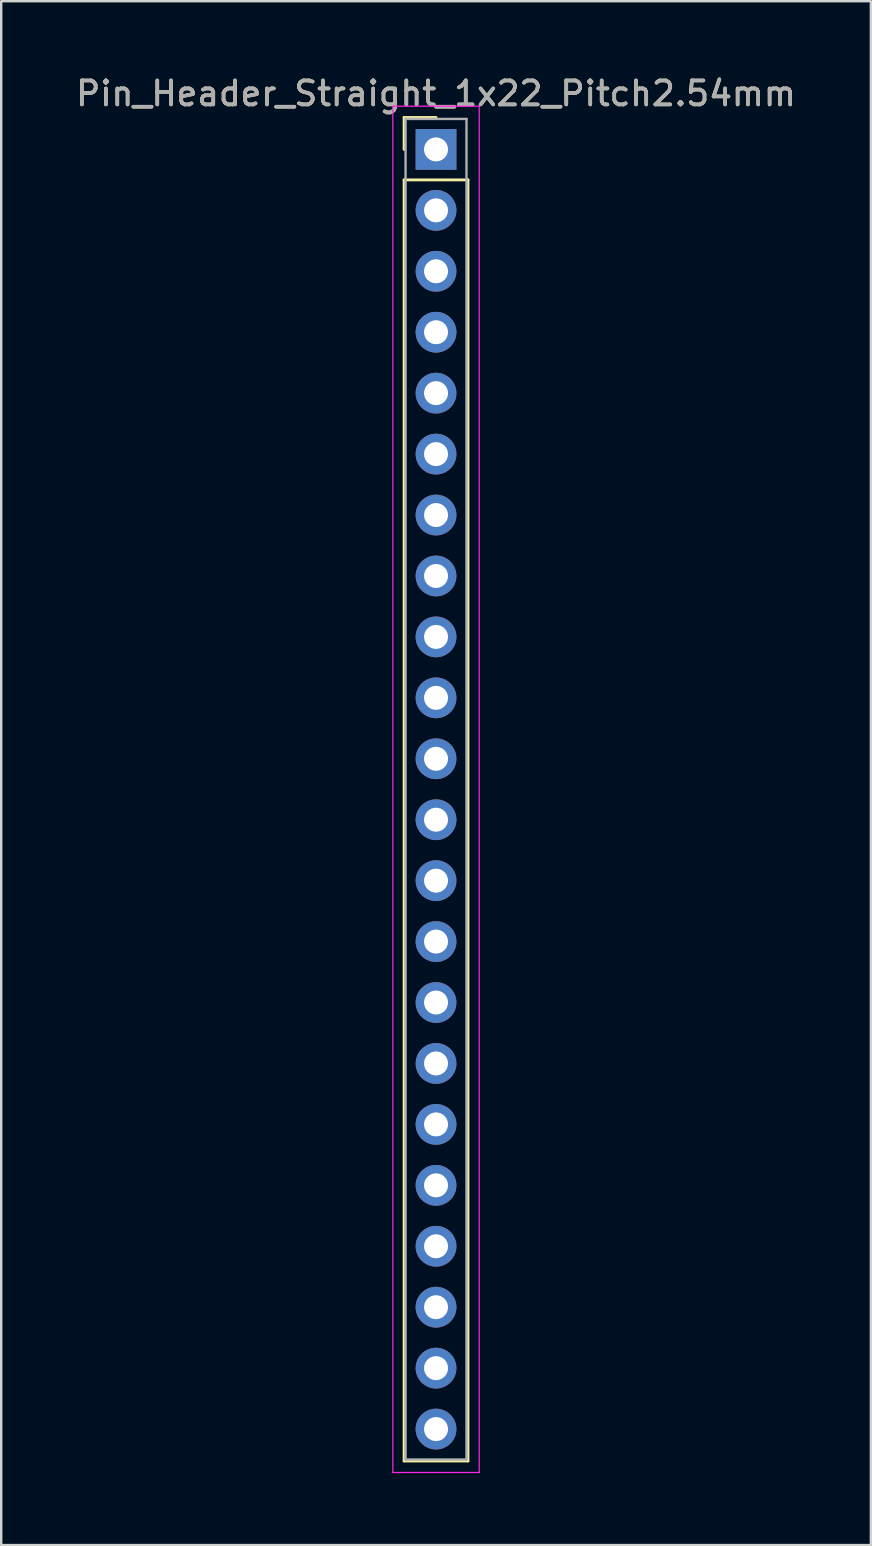
<source format=kicad_pcb>
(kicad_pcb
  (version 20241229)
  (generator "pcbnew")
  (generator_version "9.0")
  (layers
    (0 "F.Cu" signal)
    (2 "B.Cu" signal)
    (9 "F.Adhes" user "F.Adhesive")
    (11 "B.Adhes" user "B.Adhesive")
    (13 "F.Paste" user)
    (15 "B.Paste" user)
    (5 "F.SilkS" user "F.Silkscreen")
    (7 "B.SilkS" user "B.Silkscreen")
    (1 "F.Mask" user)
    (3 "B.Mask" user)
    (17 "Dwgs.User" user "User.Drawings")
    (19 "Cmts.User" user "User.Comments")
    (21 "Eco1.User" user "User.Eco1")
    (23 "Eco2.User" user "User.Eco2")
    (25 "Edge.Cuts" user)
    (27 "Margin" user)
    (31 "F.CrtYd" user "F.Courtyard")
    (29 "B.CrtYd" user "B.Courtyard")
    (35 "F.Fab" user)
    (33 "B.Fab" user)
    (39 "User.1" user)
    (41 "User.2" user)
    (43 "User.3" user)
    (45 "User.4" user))
  (footprint "Pin_Header_Straight_1x22_Pitch2.54mm"
    (layer "F.Cu")
    (at 15.125 3.178)
    (property "Reference" "Pin_Header_Straight_1x22_Pitch2.54mm" (at 0 -2.33 0) (layer "F.SilkS") (effects (font (size 1 1) (thickness 0.15))))
    (attr through_hole)
    (fp_line (start -1.33 -1.33) (end 0 -1.33) (stroke (width 0.12) (type solid)) (layer "F.SilkS"))
    (fp_line (start -1.33 0) (end -1.33 -1.33) (stroke (width 0.12) (type solid)) (layer "F.SilkS"))
    (fp_line (start -1.33 1.27) (end -1.33 54.67) (stroke (width 0.12) (type solid)) (layer "F.SilkS"))
    (fp_line (start -1.33 54.67) (end 1.33 54.67) (stroke (width 0.12) (type solid)) (layer "F.SilkS"))
    (fp_line (start 1.33 1.27) (end -1.33 1.27) (stroke (width 0.12) (type solid)) (layer "F.SilkS"))
    (fp_line (start 1.33 54.67) (end 1.33 1.27) (stroke (width 0.12) (type solid)) (layer "F.SilkS"))
    (fp_line (start -1.8 -1.8) (end -1.8 55.15) (stroke (width 0.05) (type solid)) (layer "F.CrtYd"))
    (fp_line (start -1.8 55.15) (end 1.8 55.15) (stroke (width 0.05) (type solid)) (layer "F.CrtYd"))
    (fp_line (start 1.8 -1.8) (end -1.8 -1.8) (stroke (width 0.05) (type solid)) (layer "F.CrtYd"))
    (fp_line (start 1.8 55.15) (end 1.8 -1.8) (stroke (width 0.05) (type solid)) (layer "F.CrtYd"))
    (fp_line (start -1.27 -1.27) (end -1.27 54.61) (stroke (width 0.1) (type solid)) (layer "F.Fab"))
    (fp_line (start -1.27 54.61) (end 1.27 54.61) (stroke (width 0.1) (type solid)) (layer "F.Fab"))
    (fp_line (start 1.27 -1.27) (end -1.27 -1.27) (stroke (width 0.1) (type solid)) (layer "F.Fab"))
    (fp_line (start 1.27 54.61) (end 1.27 -1.27) (stroke (width 0.1) (type solid)) (layer "F.Fab"))
    (fp_text user "${REFERENCE}" (at 0 -2.33 0) (layer "F.Fab") (effects (font (size 1 1) (thickness 0.15))))
    (pad "1" thru_hole rect (at 0 0) (size 1.7 1.7) (drill 1) (layers "*.Cu" "*.Mask"))
    (pad "2" thru_hole oval (at 0 2.54) (size 1.7 1.7) (drill 1) (layers "*.Cu" "*.Mask"))
    (pad "3" thru_hole oval (at 0 5.08) (size 1.7 1.7) (drill 1) (layers "*.Cu" "*.Mask"))
    (pad "4" thru_hole oval (at 0 7.62) (size 1.7 1.7) (drill 1) (layers "*.Cu" "*.Mask"))
    (pad "5" thru_hole oval (at 0 10.16) (size 1.7 1.7) (drill 1) (layers "*.Cu" "*.Mask"))
    (pad "6" thru_hole oval (at 0 12.7) (size 1.7 1.7) (drill 1) (layers "*.Cu" "*.Mask"))
    (pad "7" thru_hole oval (at 0 15.24) (size 1.7 1.7) (drill 1) (layers "*.Cu" "*.Mask"))
    (pad "8" thru_hole oval (at 0 17.78) (size 1.7 1.7) (drill 1) (layers "*.Cu" "*.Mask"))
    (pad "9" thru_hole oval (at 0 20.32) (size 1.7 1.7) (drill 1) (layers "*.Cu" "*.Mask"))
    (pad "10" thru_hole oval (at 0 22.86) (size 1.7 1.7) (drill 1) (layers "*.Cu" "*.Mask"))
    (pad "11" thru_hole oval (at 0 25.4) (size 1.7 1.7) (drill 1) (layers "*.Cu" "*.Mask"))
    (pad "12" thru_hole oval (at 0 27.94) (size 1.7 1.7) (drill 1) (layers "*.Cu" "*.Mask"))
    (pad "13" thru_hole oval (at 0 30.48) (size 1.7 1.7) (drill 1) (layers "*.Cu" "*.Mask"))
    (pad "14" thru_hole oval (at 0 33.02) (size 1.7 1.7) (drill 1) (layers "*.Cu" "*.Mask"))
    (pad "15" thru_hole oval (at 0 35.56) (size 1.7 1.7) (drill 1) (layers "*.Cu" "*.Mask"))
    (pad "16" thru_hole oval (at 0 38.1) (size 1.7 1.7) (drill 1) (layers "*.Cu" "*.Mask"))
    (pad "17" thru_hole oval (at 0 40.64) (size 1.7 1.7) (drill 1) (layers "*.Cu" "*.Mask"))
    (pad "18" thru_hole oval (at 0 43.18) (size 1.7 1.7) (drill 1) (layers "*.Cu" "*.Mask"))
    (pad "19" thru_hole oval (at 0 45.72) (size 1.7 1.7) (drill 1) (layers "*.Cu" "*.Mask"))
    (pad "20" thru_hole oval (at 0 48.26) (size 1.7 1.7) (drill 1) (layers "*.Cu" "*.Mask"))
    (pad "21" thru_hole oval (at 0 50.8) (size 1.7 1.7) (drill 1) (layers "*.Cu" "*.Mask"))
    (pad "22" thru_hole oval (at 0 53.34) (size 1.7 1.7) (drill 1) (layers "*.Cu" "*.Mask")))
  (gr_rect
    (start -3 -3)
    (end 33.25 61.353)
    (stroke (width 0.1) (type default))
    (fill no)
    (layer "Edge.Cuts")))
</source>
